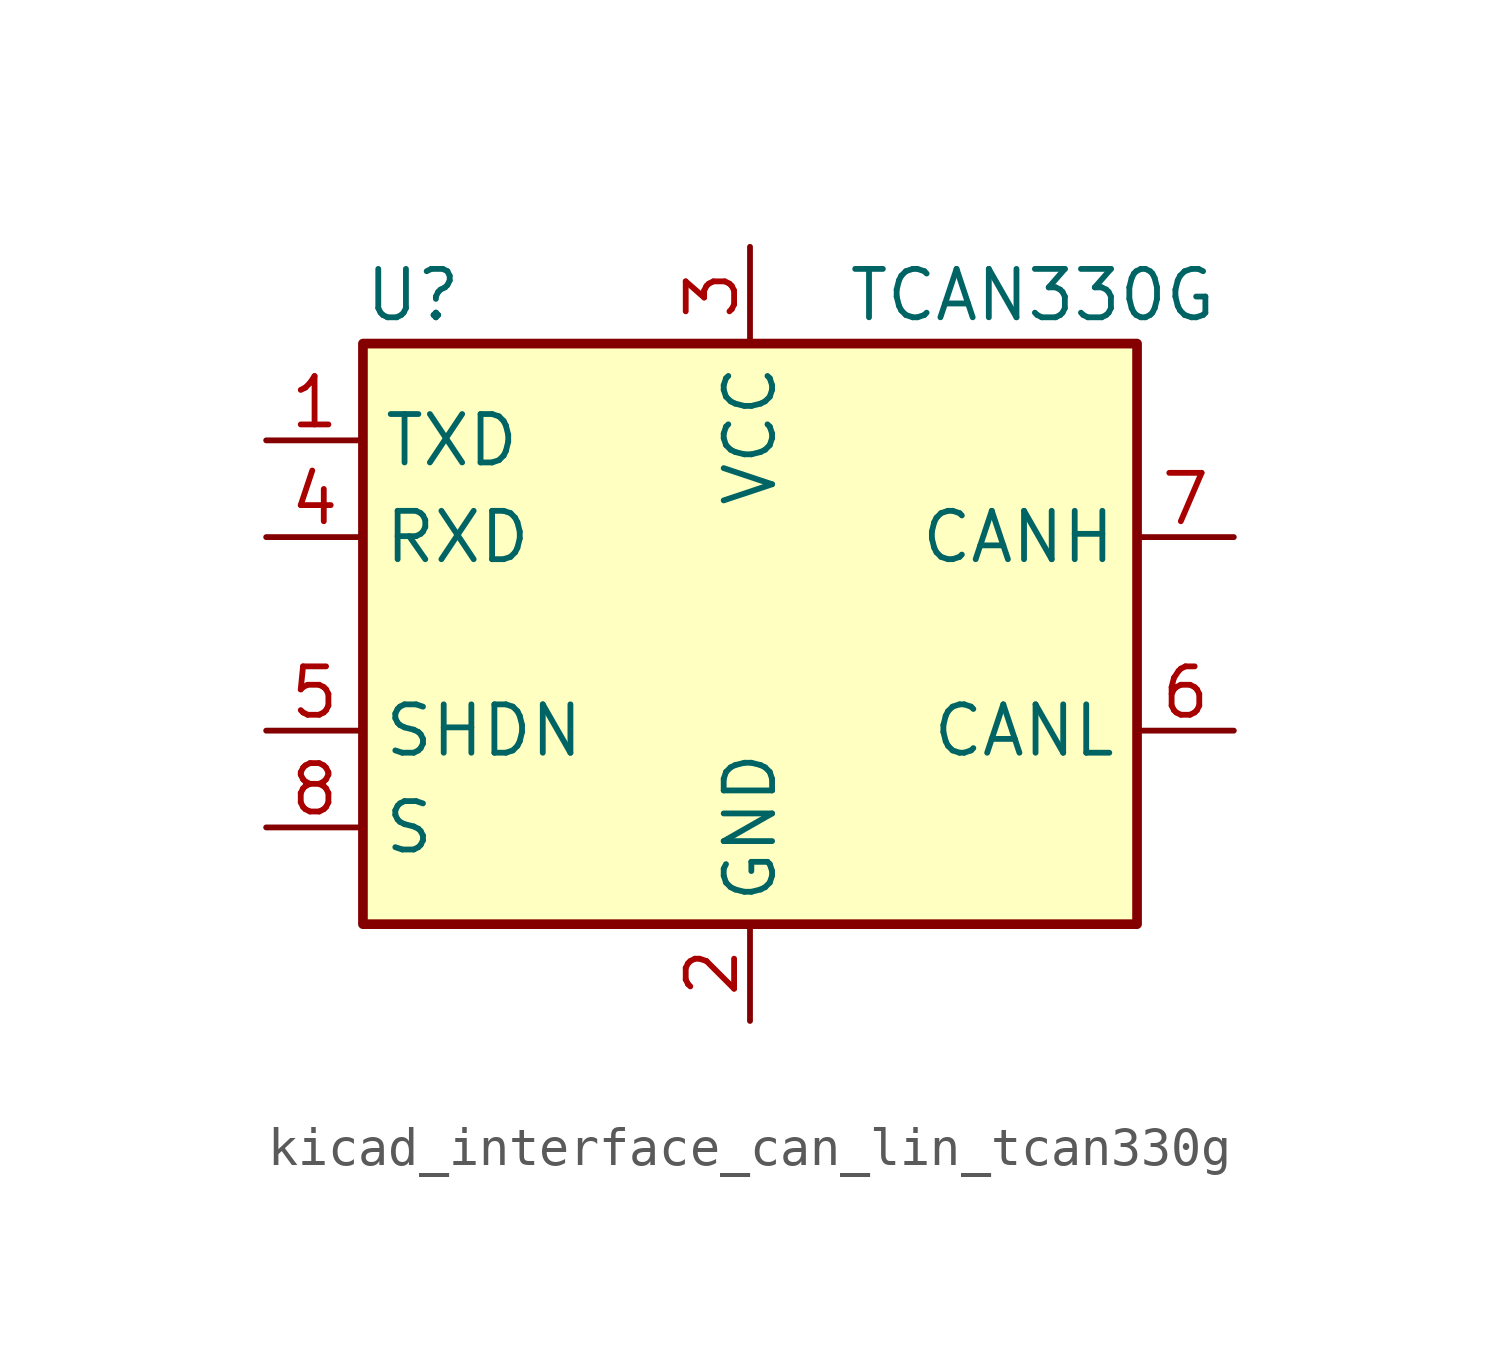
<source format=kicad_sym>
(kicad_symbol_lib
  (version 20220914)
  (generator kicad_symbol_editor)
  (symbol "kicad_interface_can_lin_tcan330g"
    (property "Reference" "U"
      (at -10.16 8.89 0)
      (effects (font (size 1.27 1.27)) (justify left)))
    (property "Value" "TCAN330G"
      (at 2.54 8.89 0)
      (effects (font (size 1.27 1.27)) (justify left)))
    (symbol "kicad_interface_can_lin_tcan330g_0_1"
      (rectangle (start -10.16 7.62) (end 10.16 -7.62) (stroke (width 0.254) (type default)) (fill (type background))))
    (symbol "kicad_interface_can_lin_tcan330g_1_1"
      (pin input line (at -12.7 5.08 0) (length 2.54) (name "TXD" (effects (font (size 1.27 1.27)))) (number "1" (effects (font (size 1.27 1.27)))))
      (pin power_in line (at 0 -10.16 90) (length 2.54) (name "GND" (effects (font (size 1.27 1.27)))) (number "2" (effects (font (size 1.27 1.27)))))
      (pin power_in line (at 0 10.16 270) (length 2.54) (name "VCC" (effects (font (size 1.27 1.27)))) (number "3" (effects (font (size 1.27 1.27)))))
      (pin tri_state line (at -12.7 2.54 0) (length 2.54) (name "RXD" (effects (font (size 1.27 1.27)))) (number "4" (effects (font (size 1.27 1.27)))))
      (pin input line (at -12.7 -2.54 0) (length 2.54) (name "SHDN" (effects (font (size 1.27 1.27)))) (number "5" (effects (font (size 1.27 1.27)))))
      (pin bidirectional line (at 12.7 -2.54 180) (length 2.54) (name "CANL" (effects (font (size 1.27 1.27)))) (number "6" (effects (font (size 1.27 1.27)))))
      (pin bidirectional line (at 12.7 2.54 180) (length 2.54) (name "CANH" (effects (font (size 1.27 1.27)))) (number "7" (effects (font (size 1.27 1.27)))))
      (pin input line (at -12.7 -5.08 0) (length 2.54) (name "S" (effects (font (size 1.27 1.27)))) (number "8" (effects (font (size 1.27 1.27))))))))
</source>
